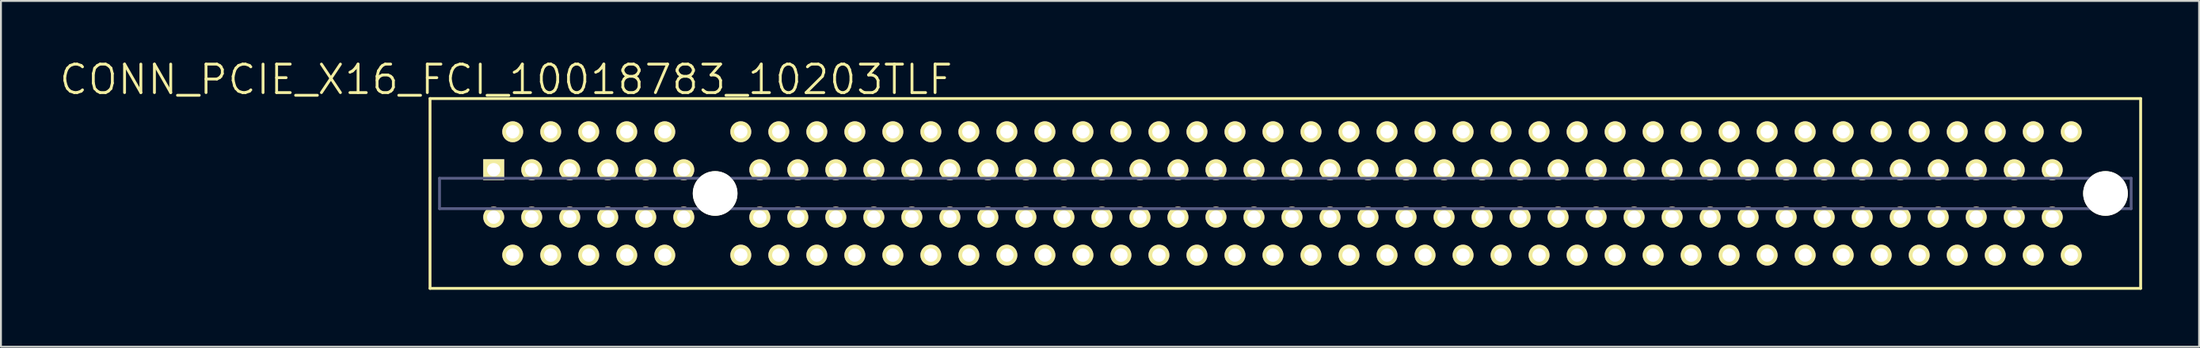
<source format=kicad_pcb>
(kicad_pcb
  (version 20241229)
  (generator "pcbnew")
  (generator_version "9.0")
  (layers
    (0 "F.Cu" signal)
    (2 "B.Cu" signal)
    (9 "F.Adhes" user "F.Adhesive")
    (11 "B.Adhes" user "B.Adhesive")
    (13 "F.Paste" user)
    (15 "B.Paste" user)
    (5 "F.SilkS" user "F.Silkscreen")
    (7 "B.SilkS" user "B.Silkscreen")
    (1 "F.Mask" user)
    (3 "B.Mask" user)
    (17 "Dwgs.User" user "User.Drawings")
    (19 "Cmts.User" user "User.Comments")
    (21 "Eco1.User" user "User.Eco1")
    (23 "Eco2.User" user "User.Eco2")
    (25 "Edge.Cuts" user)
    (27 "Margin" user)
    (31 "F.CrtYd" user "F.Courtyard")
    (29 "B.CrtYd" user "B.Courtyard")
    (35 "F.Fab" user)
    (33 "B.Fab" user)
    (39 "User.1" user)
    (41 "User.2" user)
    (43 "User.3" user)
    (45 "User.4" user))
  (footprint "CONN_PCIE_X16_FCI_10018783_10203TLF"
    (layer "F.Cu")
    (at 34.575 7.141)
    (property "Reference" "CONN_PCIE_X16_FCI_10018783_10203TLF" (at -11 -6 0) (layer "F.SilkS") (effects (font (size 1.5 1.5) (thickness 0.15))))
    (attr through_hole)
    (fp_line (start -15 -5) (end -15 5) (stroke (width 0.15) (type solid)) (layer "F.SilkS"))
    (fp_line (start -15 -5) (end 75 -5) (stroke (width 0.15) (type solid)) (layer "F.SilkS"))
    (fp_line (start -15 5) (end 75 5) (stroke (width 0.15) (type solid)) (layer "F.SilkS"))
    (fp_line (start 75 -5) (end 75 5) (stroke (width 0.15) (type solid)) (layer "F.SilkS"))
    (fp_line (start 0 -0.8) (end 0 0.8) (stroke (width 0.15) (type solid)) (layer "Dwgs.User"))
    (fp_line (start -14.5 -0.8) (end -14.5 0.8) (stroke (width 0.15) (type solid)) (layer "B.Fab"))
    (fp_line (start -14.5 0.8) (end 74.5 0.8) (stroke (width 0.15) (type solid)) (layer "B.Fab"))
    (fp_line (start 74.5 -0.8) (end -14.5 -0.8) (stroke (width 0.15) (type solid)) (layer "B.Fab"))
    (fp_line (start 74.5 -0.8) (end 74.5 0.8) (stroke (width 0.15) (type solid)) (layer "B.Fab"))
    (pad "" np_thru_hole circle (at 0 0) (size 2.35 2.35) (drill 2.35) (layers "*.Cu" "*.Mask" "F.SilkS"))
    (pad "" np_thru_hole circle (at 73.15 0) (size 2.35 2.35) (drill 2.35) (layers "*.Cu" "*.Mask" "F.SilkS"))
    (pad "A1" thru_hole circle (at -10.65 -3.25) (size 1.1 1.1) (drill 0.7) (layers "*.Cu" "*.Mask" "F.SilkS"))
    (pad "A2" thru_hole rect (at -11.65 -1.25) (size 1.1 1.1) (drill 0.7) (layers "*.Cu" "*.Mask" "F.SilkS"))
    (pad "A3" thru_hole circle (at -9.65 -1.25) (size 1.1 1.1) (drill 0.7) (layers "*.Cu" "*.Mask" "F.SilkS"))
    (pad "A4" thru_hole circle (at -8.65 -3.25) (size 1.1 1.1) (drill 0.7) (layers "*.Cu" "*.Mask" "F.SilkS"))
    (pad "A5" thru_hole circle (at -7.65 -1.25) (size 1.1 1.1) (drill 0.7) (layers "*.Cu" "*.Mask" "F.SilkS"))
    (pad "A6" thru_hole circle (at -6.65 -3.25) (size 1.1 1.1) (drill 0.7) (layers "*.Cu" "*.Mask" "F.SilkS"))
    (pad "A7" thru_hole circle (at -5.65 -1.25) (size 1.1 1.1) (drill 0.7) (layers "*.Cu" "*.Mask" "F.SilkS"))
    (pad "A8" thru_hole circle (at -4.65 -3.25) (size 1.1 1.1) (drill 0.7) (layers "*.Cu" "*.Mask" "F.SilkS"))
    (pad "A9" thru_hole circle (at -3.65 -1.25) (size 1.1 1.1) (drill 0.7) (layers "*.Cu" "*.Mask" "F.SilkS"))
    (pad "A10" thru_hole circle (at -2.65 -3.25) (size 1.1 1.1) (drill 0.7) (layers "*.Cu" "*.Mask" "F.SilkS"))
    (pad "A11" thru_hole circle (at -1.65 -1.25) (size 1.1 1.1) (drill 0.7) (layers "*.Cu" "*.Mask" "F.SilkS"))
    (pad "A12" thru_hole circle (at 1.35 -3.25) (size 1.1 1.1) (drill 0.7) (layers "*.Cu" "*.Mask" "F.SilkS"))
    (pad "A13" thru_hole circle (at 2.35 -1.25) (size 1.1 1.1) (drill 0.7) (layers "*.Cu" "*.Mask" "F.SilkS"))
    (pad "A14" thru_hole circle (at 3.35 -3.25) (size 1.1 1.1) (drill 0.7) (layers "*.Cu" "*.Mask" "F.SilkS"))
    (pad "A15" thru_hole circle (at 4.35 -1.25) (size 1.1 1.1) (drill 0.7) (layers "*.Cu" "*.Mask" "F.SilkS"))
    (pad "A16" thru_hole circle (at 5.35 -3.25) (size 1.1 1.1) (drill 0.7) (layers "*.Cu" "*.Mask" "F.SilkS"))
    (pad "A17" thru_hole circle (at 6.35 -1.25) (size 1.1 1.1) (drill 0.7) (layers "*.Cu" "*.Mask" "F.SilkS"))
    (pad "A18" thru_hole circle (at 7.35 -3.25) (size 1.1 1.1) (drill 0.7) (layers "*.Cu" "*.Mask" "F.SilkS"))
    (pad "A19" thru_hole circle (at 8.35 -1.25) (size 1.1 1.1) (drill 0.7) (layers "*.Cu" "*.Mask" "F.SilkS"))
    (pad "A20" thru_hole circle (at 9.35 -3.25) (size 1.1 1.1) (drill 0.7) (layers "*.Cu" "*.Mask" "F.SilkS"))
    (pad "A21" thru_hole circle (at 10.35 -1.25) (size 1.1 1.1) (drill 0.7) (layers "*.Cu" "*.Mask" "F.SilkS"))
    (pad "A22" thru_hole circle (at 11.35 -3.25) (size 1.1 1.1) (drill 0.7) (layers "*.Cu" "*.Mask" "F.SilkS"))
    (pad "A23" thru_hole circle (at 12.35 -1.25) (size 1.1 1.1) (drill 0.7) (layers "*.Cu" "*.Mask" "F.SilkS"))
    (pad "A24" thru_hole circle (at 13.35 -3.25) (size 1.1 1.1) (drill 0.7) (layers "*.Cu" "*.Mask" "F.SilkS"))
    (pad "A25" thru_hole circle (at 14.35 -1.25) (size 1.1 1.1) (drill 0.7) (layers "*.Cu" "*.Mask" "F.SilkS"))
    (pad "A26" thru_hole circle (at 15.35 -3.25) (size 1.1 1.1) (drill 0.7) (layers "*.Cu" "*.Mask" "F.SilkS"))
    (pad "A27" thru_hole circle (at 16.35 -1.25) (size 1.1 1.1) (drill 0.7) (layers "*.Cu" "*.Mask" "F.SilkS"))
    (pad "A28" thru_hole circle (at 17.35 -3.25) (size 1.1 1.1) (drill 0.7) (layers "*.Cu" "*.Mask" "F.SilkS"))
    (pad "A29" thru_hole circle (at 18.35 -1.25) (size 1.1 1.1) (drill 0.7) (layers "*.Cu" "*.Mask" "F.SilkS"))
    (pad "A30" thru_hole circle (at 19.35 -3.25) (size 1.1 1.1) (drill 0.7) (layers "*.Cu" "*.Mask" "F.SilkS"))
    (pad "A31" thru_hole circle (at 20.35 -1.25) (size 1.1 1.1) (drill 0.7) (layers "*.Cu" "*.Mask" "F.SilkS"))
    (pad "A32" thru_hole circle (at 21.35 -3.25) (size 1.1 1.1) (drill 0.7) (layers "*.Cu" "*.Mask" "F.SilkS"))
    (pad "A33" thru_hole circle (at 22.35 -1.25) (size 1.1 1.1) (drill 0.7) (layers "*.Cu" "*.Mask" "F.SilkS"))
    (pad "A34" thru_hole circle (at 23.35 -3.25) (size 1.1 1.1) (drill 0.7) (layers "*.Cu" "*.Mask" "F.SilkS"))
    (pad "A35" thru_hole circle (at 24.35 -1.25) (size 1.1 1.1) (drill 0.7) (layers "*.Cu" "*.Mask" "F.SilkS"))
    (pad "A36" thru_hole circle (at 25.35 -3.25) (size 1.1 1.1) (drill 0.7) (layers "*.Cu" "*.Mask" "F.SilkS"))
    (pad "A37" thru_hole circle (at 26.35 -1.25) (size 1.1 1.1) (drill 0.7) (layers "*.Cu" "*.Mask" "F.SilkS"))
    (pad "A38" thru_hole circle (at 27.35 -3.25) (size 1.1 1.1) (drill 0.7) (layers "*.Cu" "*.Mask" "F.SilkS"))
    (pad "A39" thru_hole circle (at 28.35 -1.25) (size 1.1 1.1) (drill 0.7) (layers "*.Cu" "*.Mask" "F.SilkS"))
    (pad "A40" thru_hole circle (at 29.35 -3.25) (size 1.1 1.1) (drill 0.7) (layers "*.Cu" "*.Mask" "F.SilkS"))
    (pad "A41" thru_hole circle (at 30.35 -1.25) (size 1.1 1.1) (drill 0.7) (layers "*.Cu" "*.Mask" "F.SilkS"))
    (pad "A42" thru_hole circle (at 31.35 -3.25) (size 1.1 1.1) (drill 0.7) (layers "*.Cu" "*.Mask" "F.SilkS"))
    (pad "A43" thru_hole circle (at 32.35 -1.25) (size 1.1 1.1) (drill 0.7) (layers "*.Cu" "*.Mask" "F.SilkS"))
    (pad "A44" thru_hole circle (at 33.35 -3.25) (size 1.1 1.1) (drill 0.7) (layers "*.Cu" "*.Mask" "F.SilkS"))
    (pad "A45" thru_hole circle (at 34.35 -1.25) (size 1.1 1.1) (drill 0.7) (layers "*.Cu" "*.Mask" "F.SilkS"))
    (pad "A46" thru_hole circle (at 35.35 -3.25) (size 1.1 1.1) (drill 0.7) (layers "*.Cu" "*.Mask" "F.SilkS"))
    (pad "A47" thru_hole circle (at 36.35 -1.25) (size 1.1 1.1) (drill 0.7) (layers "*.Cu" "*.Mask" "F.SilkS"))
    (pad "A48" thru_hole circle (at 37.35 -3.25) (size 1.1 1.1) (drill 0.7) (layers "*.Cu" "*.Mask" "F.SilkS"))
    (pad "A49" thru_hole circle (at 38.35 -1.25) (size 1.1 1.1) (drill 0.7) (layers "*.Cu" "*.Mask" "F.SilkS"))
    (pad "A50" thru_hole circle (at 39.35 -3.25) (size 1.1 1.1) (drill 0.7) (layers "*.Cu" "*.Mask" "F.SilkS"))
    (pad "A51" thru_hole circle (at 40.35 -1.25) (size 1.1 1.1) (drill 0.7) (layers "*.Cu" "*.Mask" "F.SilkS"))
    (pad "A52" thru_hole circle (at 41.35 -3.25) (size 1.1 1.1) (drill 0.7) (layers "*.Cu" "*.Mask" "F.SilkS"))
    (pad "A53" thru_hole circle (at 42.35 -1.25) (size 1.1 1.1) (drill 0.7) (layers "*.Cu" "*.Mask" "F.SilkS"))
    (pad "A54" thru_hole circle (at 43.35 -3.25) (size 1.1 1.1) (drill 0.7) (layers "*.Cu" "*.Mask" "F.SilkS"))
    (pad "A55" thru_hole circle (at 44.35 -1.25) (size 1.1 1.1) (drill 0.7) (layers "*.Cu" "*.Mask" "F.SilkS"))
    (pad "A56" thru_hole circle (at 45.35 -3.25) (size 1.1 1.1) (drill 0.7) (layers "*.Cu" "*.Mask" "F.SilkS"))
    (pad "A57" thru_hole circle (at 46.35 -1.25) (size 1.1 1.1) (drill 0.7) (layers "*.Cu" "*.Mask" "F.SilkS"))
    (pad "A58" thru_hole circle (at 47.35 -3.25) (size 1.1 1.1) (drill 0.7) (layers "*.Cu" "*.Mask" "F.SilkS"))
    (pad "A59" thru_hole circle (at 48.35 -1.25) (size 1.1 1.1) (drill 0.7) (layers "*.Cu" "*.Mask" "F.SilkS"))
    (pad "A60" thru_hole circle (at 49.35 -3.25) (size 1.1 1.1) (drill 0.7) (layers "*.Cu" "*.Mask" "F.SilkS"))
    (pad "A61" thru_hole circle (at 50.35 -1.25) (size 1.1 1.1) (drill 0.7) (layers "*.Cu" "*.Mask" "F.SilkS"))
    (pad "A62" thru_hole circle (at 51.35 -3.25) (size 1.1 1.1) (drill 0.7) (layers "*.Cu" "*.Mask" "F.SilkS"))
    (pad "A63" thru_hole circle (at 52.35 -1.25) (size 1.1 1.1) (drill 0.7) (layers "*.Cu" "*.Mask" "F.SilkS"))
    (pad "A64" thru_hole circle (at 53.35 -3.25) (size 1.1 1.1) (drill 0.7) (layers "*.Cu" "*.Mask" "F.SilkS"))
    (pad "A65" thru_hole circle (at 54.35 -1.25) (size 1.1 1.1) (drill 0.7) (layers "*.Cu" "*.Mask" "F.SilkS"))
    (pad "A66" thru_hole circle (at 55.35 -3.25) (size 1.1 1.1) (drill 0.7) (layers "*.Cu" "*.Mask" "F.SilkS"))
    (pad "A67" thru_hole circle (at 56.35 -1.25) (size 1.1 1.1) (drill 0.7) (layers "*.Cu" "*.Mask" "F.SilkS"))
    (pad "A68" thru_hole circle (at 57.35 -3.25) (size 1.1 1.1) (drill 0.7) (layers "*.Cu" "*.Mask" "F.SilkS"))
    (pad "A69" thru_hole circle (at 58.35 -1.25) (size 1.1 1.1) (drill 0.7) (layers "*.Cu" "*.Mask" "F.SilkS"))
    (pad "A70" thru_hole circle (at 59.35 -3.25) (size 1.1 1.1) (drill 0.7) (layers "*.Cu" "*.Mask" "F.SilkS"))
    (pad "A71" thru_hole circle (at 60.35 -1.25) (size 1.1 1.1) (drill 0.7) (layers "*.Cu" "*.Mask" "F.SilkS"))
    (pad "A72" thru_hole circle (at 61.35 -3.25) (size 1.1 1.1) (drill 0.7) (layers "*.Cu" "*.Mask" "F.SilkS"))
    (pad "A73" thru_hole circle (at 62.35 -1.25) (size 1.1 1.1) (drill 0.7) (layers "*.Cu" "*.Mask" "F.SilkS"))
    (pad "A74" thru_hole circle (at 63.35 -3.25) (size 1.1 1.1) (drill 0.7) (layers "*.Cu" "*.Mask" "F.SilkS"))
    (pad "A75" thru_hole circle (at 64.35 -1.25) (size 1.1 1.1) (drill 0.7) (layers "*.Cu" "*.Mask" "F.SilkS"))
    (pad "A76" thru_hole circle (at 65.35 -3.25) (size 1.1 1.1) (drill 0.7) (layers "*.Cu" "*.Mask" "F.SilkS"))
    (pad "A77" thru_hole circle (at 66.35 -1.25) (size 1.1 1.1) (drill 0.7) (layers "*.Cu" "*.Mask" "F.SilkS"))
    (pad "A78" thru_hole circle (at 67.35 -3.25) (size 1.1 1.1) (drill 0.7) (layers "*.Cu" "*.Mask" "F.SilkS"))
    (pad "A79" thru_hole circle (at 68.35 -1.25) (size 1.1 1.1) (drill 0.7) (layers "*.Cu" "*.Mask" "F.SilkS"))
    (pad "A80" thru_hole circle (at 69.35 -3.25) (size 1.1 1.1) (drill 0.7) (layers "*.Cu" "*.Mask" "F.SilkS"))
    (pad "A81" thru_hole circle (at 70.35 -1.25) (size 1.1 1.1) (drill 0.7) (layers "*.Cu" "*.Mask" "F.SilkS"))
    (pad "A82" thru_hole circle (at 71.35 -3.25) (size 1.1 1.1) (drill 0.7) (layers "*.Cu" "*.Mask" "F.SilkS"))
    (pad "B1" thru_hole circle (at -11.65 1.25) (size 1.1 1.1) (drill 0.7) (layers "*.Cu" "*.Mask" "F.SilkS"))
    (pad "B2" thru_hole circle (at -10.65 3.25) (size 1.1 1.1) (drill 0.7) (layers "*.Cu" "*.Mask" "F.SilkS"))
    (pad "B3" thru_hole circle (at -9.65 1.25) (size 1.1 1.1) (drill 0.7) (layers "*.Cu" "*.Mask" "F.SilkS"))
    (pad "B4" thru_hole circle (at -8.65 3.25) (size 1.1 1.1) (drill 0.7) (layers "*.Cu" "*.Mask" "F.SilkS"))
    (pad "B5" thru_hole circle (at -7.65 1.25) (size 1.1 1.1) (drill 0.7) (layers "*.Cu" "*.Mask" "F.SilkS"))
    (pad "B6" thru_hole circle (at -6.65 3.25) (size 1.1 1.1) (drill 0.7) (layers "*.Cu" "*.Mask" "F.SilkS"))
    (pad "B7" thru_hole circle (at -5.65 1.25) (size 1.1 1.1) (drill 0.7) (layers "*.Cu" "*.Mask" "F.SilkS"))
    (pad "B8" thru_hole circle (at -4.65 3.25) (size 1.1 1.1) (drill 0.7) (layers "*.Cu" "*.Mask" "F.SilkS"))
    (pad "B9" thru_hole circle (at -3.65 1.25) (size 1.1 1.1) (drill 0.7) (layers "*.Cu" "*.Mask" "F.SilkS"))
    (pad "B10" thru_hole circle (at -2.65 3.25) (size 1.1 1.1) (drill 0.7) (layers "*.Cu" "*.Mask" "F.SilkS"))
    (pad "B11" thru_hole circle (at -1.65 1.25) (size 1.1 1.1) (drill 0.7) (layers "*.Cu" "*.Mask" "F.SilkS"))
    (pad "B12" thru_hole circle (at 1.35 3.25) (size 1.1 1.1) (drill 0.7) (layers "*.Cu" "*.Mask" "F.SilkS"))
    (pad "B13" thru_hole circle (at 2.35 1.25) (size 1.1 1.1) (drill 0.7) (layers "*.Cu" "*.Mask" "F.SilkS"))
    (pad "B14" thru_hole circle (at 3.35 3.25) (size 1.1 1.1) (drill 0.7) (layers "*.Cu" "*.Mask" "F.SilkS"))
    (pad "B15" thru_hole circle (at 4.35 1.25) (size 1.1 1.1) (drill 0.7) (layers "*.Cu" "*.Mask" "F.SilkS"))
    (pad "B16" thru_hole circle (at 5.35 3.25) (size 1.1 1.1) (drill 0.7) (layers "*.Cu" "*.Mask" "F.SilkS"))
    (pad "B17" thru_hole circle (at 6.35 1.25) (size 1.1 1.1) (drill 0.7) (layers "*.Cu" "*.Mask" "F.SilkS"))
    (pad "B18" thru_hole circle (at 7.35 3.25) (size 1.1 1.1) (drill 0.7) (layers "*.Cu" "*.Mask" "F.SilkS"))
    (pad "B19" thru_hole circle (at 8.35 1.25) (size 1.1 1.1) (drill 0.7) (layers "*.Cu" "*.Mask" "F.SilkS"))
    (pad "B20" thru_hole circle (at 9.35 3.25) (size 1.1 1.1) (drill 0.7) (layers "*.Cu" "*.Mask" "F.SilkS"))
    (pad "B21" thru_hole circle (at 10.35 1.25) (size 1.1 1.1) (drill 0.7) (layers "*.Cu" "*.Mask" "F.SilkS"))
    (pad "B22" thru_hole circle (at 11.35 3.25) (size 1.1 1.1) (drill 0.7) (layers "*.Cu" "*.Mask" "F.SilkS"))
    (pad "B23" thru_hole circle (at 12.35 1.25) (size 1.1 1.1) (drill 0.7) (layers "*.Cu" "*.Mask" "F.SilkS"))
    (pad "B24" thru_hole circle (at 13.35 3.25) (size 1.1 1.1) (drill 0.7) (layers "*.Cu" "*.Mask" "F.SilkS"))
    (pad "B25" thru_hole circle (at 14.35 1.25) (size 1.1 1.1) (drill 0.7) (layers "*.Cu" "*.Mask" "F.SilkS"))
    (pad "B26" thru_hole circle (at 15.35 3.25) (size 1.1 1.1) (drill 0.7) (layers "*.Cu" "*.Mask" "F.SilkS"))
    (pad "B27" thru_hole circle (at 16.35 1.25) (size 1.1 1.1) (drill 0.7) (layers "*.Cu" "*.Mask" "F.SilkS"))
    (pad "B28" thru_hole circle (at 17.35 3.25) (size 1.1 1.1) (drill 0.7) (layers "*.Cu" "*.Mask" "F.SilkS"))
    (pad "B29" thru_hole circle (at 18.35 1.25) (size 1.1 1.1) (drill 0.7) (layers "*.Cu" "*.Mask" "F.SilkS"))
    (pad "B30" thru_hole circle (at 19.35 3.25) (size 1.1 1.1) (drill 0.7) (layers "*.Cu" "*.Mask" "F.SilkS"))
    (pad "B31" thru_hole circle (at 20.35 1.25) (size 1.1 1.1) (drill 0.7) (layers "*.Cu" "*.Mask" "F.SilkS"))
    (pad "B32" thru_hole circle (at 21.35 3.25) (size 1.1 1.1) (drill 0.7) (layers "*.Cu" "*.Mask" "F.SilkS"))
    (pad "B33" thru_hole circle (at 22.35 1.25) (size 1.1 1.1) (drill 0.7) (layers "*.Cu" "*.Mask" "F.SilkS"))
    (pad "B34" thru_hole circle (at 23.35 3.25) (size 1.1 1.1) (drill 0.7) (layers "*.Cu" "*.Mask" "F.SilkS"))
    (pad "B35" thru_hole circle (at 24.35 1.25) (size 1.1 1.1) (drill 0.7) (layers "*.Cu" "*.Mask" "F.SilkS"))
    (pad "B36" thru_hole circle (at 25.35 3.25) (size 1.1 1.1) (drill 0.7) (layers "*.Cu" "*.Mask" "F.SilkS"))
    (pad "B37" thru_hole circle (at 26.35 1.25) (size 1.1 1.1) (drill 0.7) (layers "*.Cu" "*.Mask" "F.SilkS"))
    (pad "B38" thru_hole circle (at 27.35 3.25) (size 1.1 1.1) (drill 0.7) (layers "*.Cu" "*.Mask" "F.SilkS"))
    (pad "B39" thru_hole circle (at 28.35 1.25) (size 1.1 1.1) (drill 0.7) (layers "*.Cu" "*.Mask" "F.SilkS"))
    (pad "B40" thru_hole circle (at 29.35 3.25) (size 1.1 1.1) (drill 0.7) (layers "*.Cu" "*.Mask" "F.SilkS"))
    (pad "B41" thru_hole circle (at 30.35 1.25) (size 1.1 1.1) (drill 0.7) (layers "*.Cu" "*.Mask" "F.SilkS"))
    (pad "B42" thru_hole circle (at 31.35 3.25) (size 1.1 1.1) (drill 0.7) (layers "*.Cu" "*.Mask" "F.SilkS"))
    (pad "B43" thru_hole circle (at 32.35 1.25) (size 1.1 1.1) (drill 0.7) (layers "*.Cu" "*.Mask" "F.SilkS"))
    (pad "B44" thru_hole circle (at 33.35 3.25) (size 1.1 1.1) (drill 0.7) (layers "*.Cu" "*.Mask" "F.SilkS"))
    (pad "B45" thru_hole circle (at 34.35 1.25) (size 1.1 1.1) (drill 0.7) (layers "*.Cu" "*.Mask" "F.SilkS"))
    (pad "B46" thru_hole circle (at 35.35 3.25) (size 1.1 1.1) (drill 0.7) (layers "*.Cu" "*.Mask" "F.SilkS"))
    (pad "B47" thru_hole circle (at 36.35 1.25) (size 1.1 1.1) (drill 0.7) (layers "*.Cu" "*.Mask" "F.SilkS"))
    (pad "B48" thru_hole circle (at 37.35 3.25) (size 1.1 1.1) (drill 0.7) (layers "*.Cu" "*.Mask" "F.SilkS"))
    (pad "B49" thru_hole circle (at 38.35 1.25) (size 1.1 1.1) (drill 0.7) (layers "*.Cu" "*.Mask" "F.SilkS"))
    (pad "B50" thru_hole circle (at 39.35 3.25) (size 1.1 1.1) (drill 0.7) (layers "*.Cu" "*.Mask" "F.SilkS"))
    (pad "B51" thru_hole circle (at 40.35 1.25) (size 1.1 1.1) (drill 0.7) (layers "*.Cu" "*.Mask" "F.SilkS"))
    (pad "B52" thru_hole circle (at 41.35 3.25) (size 1.1 1.1) (drill 0.7) (layers "*.Cu" "*.Mask" "F.SilkS"))
    (pad "B53" thru_hole circle (at 42.35 1.25) (size 1.1 1.1) (drill 0.7) (layers "*.Cu" "*.Mask" "F.SilkS"))
    (pad "B54" thru_hole circle (at 43.35 3.25) (size 1.1 1.1) (drill 0.7) (layers "*.Cu" "*.Mask" "F.SilkS"))
    (pad "B55" thru_hole circle (at 44.35 1.25) (size 1.1 1.1) (drill 0.7) (layers "*.Cu" "*.Mask" "F.SilkS"))
    (pad "B56" thru_hole circle (at 45.35 3.25) (size 1.1 1.1) (drill 0.7) (layers "*.Cu" "*.Mask" "F.SilkS"))
    (pad "B57" thru_hole circle (at 46.35 1.25) (size 1.1 1.1) (drill 0.7) (layers "*.Cu" "*.Mask" "F.SilkS"))
    (pad "B58" thru_hole circle (at 47.35 3.25) (size 1.1 1.1) (drill 0.7) (layers "*.Cu" "*.Mask" "F.SilkS"))
    (pad "B59" thru_hole circle (at 48.35 1.25) (size 1.1 1.1) (drill 0.7) (layers "*.Cu" "*.Mask" "F.SilkS"))
    (pad "B60" thru_hole circle (at 49.35 3.25) (size 1.1 1.1) (drill 0.7) (layers "*.Cu" "*.Mask" "F.SilkS"))
    (pad "B61" thru_hole circle (at 50.35 1.25) (size 1.1 1.1) (drill 0.7) (layers "*.Cu" "*.Mask" "F.SilkS"))
    (pad "B62" thru_hole circle (at 51.35 3.25) (size 1.1 1.1) (drill 0.7) (layers "*.Cu" "*.Mask" "F.SilkS"))
    (pad "B63" thru_hole circle (at 52.35 1.25) (size 1.1 1.1) (drill 0.7) (layers "*.Cu" "*.Mask" "F.SilkS"))
    (pad "B64" thru_hole circle (at 53.35 3.25) (size 1.1 1.1) (drill 0.7) (layers "*.Cu" "*.Mask" "F.SilkS"))
    (pad "B65" thru_hole circle (at 54.35 1.25) (size 1.1 1.1) (drill 0.7) (layers "*.Cu" "*.Mask" "F.SilkS"))
    (pad "B66" thru_hole circle (at 55.35 3.25) (size 1.1 1.1) (drill 0.7) (layers "*.Cu" "*.Mask" "F.SilkS"))
    (pad "B67" thru_hole circle (at 56.35 1.25) (size 1.1 1.1) (drill 0.7) (layers "*.Cu" "*.Mask" "F.SilkS"))
    (pad "B68" thru_hole circle (at 57.35 3.25) (size 1.1 1.1) (drill 0.7) (layers "*.Cu" "*.Mask" "F.SilkS"))
    (pad "B69" thru_hole circle (at 58.35 1.25) (size 1.1 1.1) (drill 0.7) (layers "*.Cu" "*.Mask" "F.SilkS"))
    (pad "B70" thru_hole circle (at 59.35 3.25) (size 1.1 1.1) (drill 0.7) (layers "*.Cu" "*.Mask" "F.SilkS"))
    (pad "B71" thru_hole circle (at 60.35 1.25) (size 1.1 1.1) (drill 0.7) (layers "*.Cu" "*.Mask" "F.SilkS"))
    (pad "B72" thru_hole circle (at 61.35 3.25) (size 1.1 1.1) (drill 0.7) (layers "*.Cu" "*.Mask" "F.SilkS"))
    (pad "B73" thru_hole circle (at 62.35 1.25) (size 1.1 1.1) (drill 0.7) (layers "*.Cu" "*.Mask" "F.SilkS"))
    (pad "B74" thru_hole circle (at 63.35 3.25) (size 1.1 1.1) (drill 0.7) (layers "*.Cu" "*.Mask" "F.SilkS"))
    (pad "B75" thru_hole circle (at 64.35 1.25) (size 1.1 1.1) (drill 0.7) (layers "*.Cu" "*.Mask" "F.SilkS"))
    (pad "B76" thru_hole circle (at 65.35 3.25) (size 1.1 1.1) (drill 0.7) (layers "*.Cu" "*.Mask" "F.SilkS"))
    (pad "B77" thru_hole circle (at 66.35 1.25) (size 1.1 1.1) (drill 0.7) (layers "*.Cu" "*.Mask" "F.SilkS"))
    (pad "B78" thru_hole circle (at 67.35 3.25) (size 1.1 1.1) (drill 0.7) (layers "*.Cu" "*.Mask" "F.SilkS"))
    (pad "B79" thru_hole circle (at 68.35 1.25) (size 1.1 1.1) (drill 0.7) (layers "*.Cu" "*.Mask" "F.SilkS"))
    (pad "B80" thru_hole circle (at 69.35 3.25) (size 1.1 1.1) (drill 0.7) (layers "*.Cu" "*.Mask" "F.SilkS"))
    (pad "B81" thru_hole circle (at 70.35 1.25) (size 1.1 1.1) (drill 0.7) (layers "*.Cu" "*.Mask" "F.SilkS"))
    (pad "B82" thru_hole circle (at 71.35 3.25) (size 1.1 1.1) (drill 0.7) (layers "*.Cu" "*.Mask" "F.SilkS")))
  (gr_rect
    (start -3 -3)
    (end 112.65 15.216)
    (stroke (width 0.1) (type default))
    (fill no)
    (layer "Edge.Cuts")))
</source>
